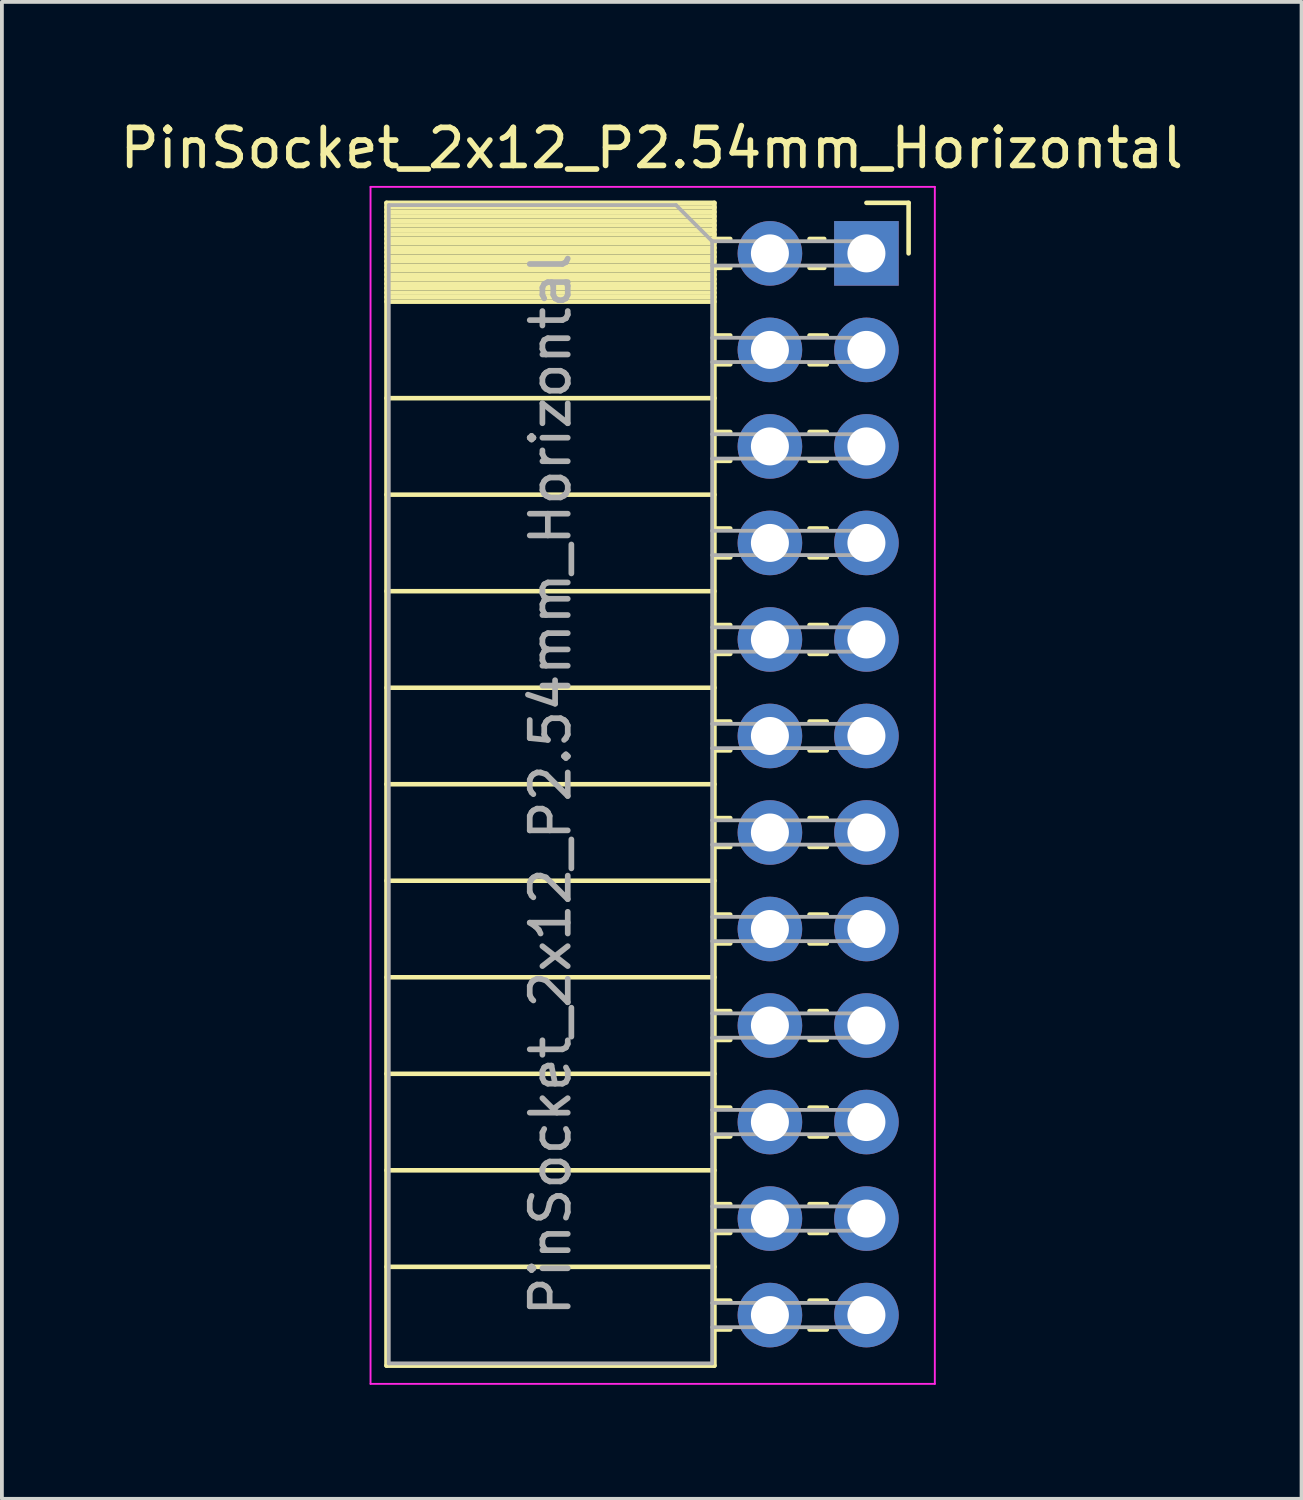
<source format=kicad_pcb>
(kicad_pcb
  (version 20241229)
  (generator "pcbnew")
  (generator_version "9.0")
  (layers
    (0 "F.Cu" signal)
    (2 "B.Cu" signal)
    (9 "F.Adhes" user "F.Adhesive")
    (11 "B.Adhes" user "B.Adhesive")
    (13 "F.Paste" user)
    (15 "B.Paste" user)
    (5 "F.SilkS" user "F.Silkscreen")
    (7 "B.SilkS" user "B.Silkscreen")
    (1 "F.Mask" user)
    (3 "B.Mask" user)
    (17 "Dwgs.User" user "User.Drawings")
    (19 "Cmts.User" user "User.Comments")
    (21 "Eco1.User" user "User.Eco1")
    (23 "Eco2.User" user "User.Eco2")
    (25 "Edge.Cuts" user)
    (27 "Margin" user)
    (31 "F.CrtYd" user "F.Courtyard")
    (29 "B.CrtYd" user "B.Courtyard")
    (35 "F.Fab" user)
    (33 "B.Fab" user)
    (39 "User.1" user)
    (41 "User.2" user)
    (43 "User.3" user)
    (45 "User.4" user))
  (footprint "PinSocket_2x12_P2.54mm_Horizontal"
    (layer "F.Cu")
    (at 19.751 3.618)
    (property "Reference" "PinSocket_2x12_P2.54mm_Horizontal" (at -5.65 -2.77 0) (layer "F.SilkS") (effects (font (size 1 1) (thickness 0.15))))
    (attr through_hole)
    (fp_line (start -12.63 -1.33) (end -12.63 29.27) (stroke (width 0.12) (type solid)) (layer "F.SilkS"))
    (fp_line (start -12.63 -1.33) (end -4 -1.33) (stroke (width 0.12) (type solid)) (layer "F.SilkS"))
    (fp_line (start -12.63 -1.21) (end -4 -1.21) (stroke (width 0.12) (type solid)) (layer "F.SilkS"))
    (fp_line (start -12.63 -1.092) (end -4 -1.092) (stroke (width 0.12) (type solid)) (layer "F.SilkS"))
    (fp_line (start -12.63 -0.974) (end -4 -0.974) (stroke (width 0.12) (type solid)) (layer "F.SilkS"))
    (fp_line (start -12.63 -0.856) (end -4 -0.856) (stroke (width 0.12) (type solid)) (layer "F.SilkS"))
    (fp_line (start -12.63 -0.738) (end -4 -0.738) (stroke (width 0.12) (type solid)) (layer "F.SilkS"))
    (fp_line (start -12.63 -0.62) (end -4 -0.62) (stroke (width 0.12) (type solid)) (layer "F.SilkS"))
    (fp_line (start -12.63 -0.501) (end -4 -0.501) (stroke (width 0.12) (type solid)) (layer "F.SilkS"))
    (fp_line (start -12.63 -0.383) (end -4 -0.383) (stroke (width 0.12) (type solid)) (layer "F.SilkS"))
    (fp_line (start -12.63 -0.265) (end -4 -0.265) (stroke (width 0.12) (type solid)) (layer "F.SilkS"))
    (fp_line (start -12.63 -0.147) (end -4 -0.147) (stroke (width 0.12) (type solid)) (layer "F.SilkS"))
    (fp_line (start -12.63 -0.029) (end -4 -0.029) (stroke (width 0.12) (type solid)) (layer "F.SilkS"))
    (fp_line (start -12.63 0.089) (end -4 0.089) (stroke (width 0.12) (type solid)) (layer "F.SilkS"))
    (fp_line (start -12.63 0.207) (end -4 0.207) (stroke (width 0.12) (type solid)) (layer "F.SilkS"))
    (fp_line (start -12.63 0.325) (end -4 0.325) (stroke (width 0.12) (type solid)) (layer "F.SilkS"))
    (fp_line (start -12.63 0.443) (end -4 0.443) (stroke (width 0.12) (type solid)) (layer "F.SilkS"))
    (fp_line (start -12.63 0.561) (end -4 0.561) (stroke (width 0.12) (type solid)) (layer "F.SilkS"))
    (fp_line (start -12.63 0.68) (end -4 0.68) (stroke (width 0.12) (type solid)) (layer "F.SilkS"))
    (fp_line (start -12.63 0.798) (end -4 0.798) (stroke (width 0.12) (type solid)) (layer "F.SilkS"))
    (fp_line (start -12.63 0.916) (end -4 0.916) (stroke (width 0.12) (type solid)) (layer "F.SilkS"))
    (fp_line (start -12.63 1.034) (end -4 1.034) (stroke (width 0.12) (type solid)) (layer "F.SilkS"))
    (fp_line (start -12.63 1.152) (end -4 1.152) (stroke (width 0.12) (type solid)) (layer "F.SilkS"))
    (fp_line (start -12.63 1.27) (end -4 1.27) (stroke (width 0.12) (type solid)) (layer "F.SilkS"))
    (fp_line (start -12.63 3.81) (end -4 3.81) (stroke (width 0.12) (type solid)) (layer "F.SilkS"))
    (fp_line (start -12.63 6.35) (end -4 6.35) (stroke (width 0.12) (type solid)) (layer "F.SilkS"))
    (fp_line (start -12.63 8.89) (end -4 8.89) (stroke (width 0.12) (type solid)) (layer "F.SilkS"))
    (fp_line (start -12.63 11.43) (end -4 11.43) (stroke (width 0.12) (type solid)) (layer "F.SilkS"))
    (fp_line (start -12.63 13.97) (end -4 13.97) (stroke (width 0.12) (type solid)) (layer "F.SilkS"))
    (fp_line (start -12.63 16.51) (end -4 16.51) (stroke (width 0.12) (type solid)) (layer "F.SilkS"))
    (fp_line (start -12.63 19.05) (end -4 19.05) (stroke (width 0.12) (type solid)) (layer "F.SilkS"))
    (fp_line (start -12.63 21.59) (end -4 21.59) (stroke (width 0.12) (type solid)) (layer "F.SilkS"))
    (fp_line (start -12.63 24.13) (end -4 24.13) (stroke (width 0.12) (type solid)) (layer "F.SilkS"))
    (fp_line (start -12.63 26.67) (end -4 26.67) (stroke (width 0.12) (type solid)) (layer "F.SilkS"))
    (fp_line (start -12.63 29.27) (end -4 29.27) (stroke (width 0.12) (type solid)) (layer "F.SilkS"))
    (fp_line (start -4 -1.33) (end -4 29.27) (stroke (width 0.12) (type solid)) (layer "F.SilkS"))
    (fp_line (start -4 -0.38) (end -3.583 -0.38) (stroke (width 0.12) (type solid)) (layer "F.SilkS"))
    (fp_line (start -4 0.38) (end -3.583 0.38) (stroke (width 0.12) (type solid)) (layer "F.SilkS"))
    (fp_line (start -4 2.16) (end -3.583 2.16) (stroke (width 0.12) (type solid)) (layer "F.SilkS"))
    (fp_line (start -4 2.92) (end -3.583 2.92) (stroke (width 0.12) (type solid)) (layer "F.SilkS"))
    (fp_line (start -4 4.7) (end -3.583 4.7) (stroke (width 0.12) (type solid)) (layer "F.SilkS"))
    (fp_line (start -4 5.46) (end -3.583 5.46) (stroke (width 0.12) (type solid)) (layer "F.SilkS"))
    (fp_line (start -4 7.24) (end -3.583 7.24) (stroke (width 0.12) (type solid)) (layer "F.SilkS"))
    (fp_line (start -4 8) (end -3.583 8) (stroke (width 0.12) (type solid)) (layer "F.SilkS"))
    (fp_line (start -4 9.78) (end -3.583 9.78) (stroke (width 0.12) (type solid)) (layer "F.SilkS"))
    (fp_line (start -4 10.54) (end -3.583 10.54) (stroke (width 0.12) (type solid)) (layer "F.SilkS"))
    (fp_line (start -4 12.32) (end -3.583 12.32) (stroke (width 0.12) (type solid)) (layer "F.SilkS"))
    (fp_line (start -4 13.08) (end -3.583 13.08) (stroke (width 0.12) (type solid)) (layer "F.SilkS"))
    (fp_line (start -4 14.86) (end -3.583 14.86) (stroke (width 0.12) (type solid)) (layer "F.SilkS"))
    (fp_line (start -4 15.62) (end -3.583 15.62) (stroke (width 0.12) (type solid)) (layer "F.SilkS"))
    (fp_line (start -4 17.4) (end -3.583 17.4) (stroke (width 0.12) (type solid)) (layer "F.SilkS"))
    (fp_line (start -4 18.16) (end -3.583 18.16) (stroke (width 0.12) (type solid)) (layer "F.SilkS"))
    (fp_line (start -4 19.94) (end -3.583 19.94) (stroke (width 0.12) (type solid)) (layer "F.SilkS"))
    (fp_line (start -4 20.7) (end -3.583 20.7) (stroke (width 0.12) (type solid)) (layer "F.SilkS"))
    (fp_line (start -4 22.48) (end -3.583 22.48) (stroke (width 0.12) (type solid)) (layer "F.SilkS"))
    (fp_line (start -4 23.24) (end -3.583 23.24) (stroke (width 0.12) (type solid)) (layer "F.SilkS"))
    (fp_line (start -4 25.02) (end -3.583 25.02) (stroke (width 0.12) (type solid)) (layer "F.SilkS"))
    (fp_line (start -4 25.78) (end -3.583 25.78) (stroke (width 0.12) (type solid)) (layer "F.SilkS"))
    (fp_line (start -4 27.56) (end -3.583 27.56) (stroke (width 0.12) (type solid)) (layer "F.SilkS"))
    (fp_line (start -4 28.32) (end -3.583 28.32) (stroke (width 0.12) (type solid)) (layer "F.SilkS"))
    (fp_line (start -1.497 -0.38) (end -1.11 -0.38) (stroke (width 0.12) (type solid)) (layer "F.SilkS"))
    (fp_line (start -1.497 0.38) (end -1.11 0.38) (stroke (width 0.12) (type solid)) (layer "F.SilkS"))
    (fp_line (start -1.497 2.16) (end -1.043 2.16) (stroke (width 0.12) (type solid)) (layer "F.SilkS"))
    (fp_line (start -1.497 2.92) (end -1.043 2.92) (stroke (width 0.12) (type solid)) (layer "F.SilkS"))
    (fp_line (start -1.497 4.7) (end -1.043 4.7) (stroke (width 0.12) (type solid)) (layer "F.SilkS"))
    (fp_line (start -1.497 5.46) (end -1.043 5.46) (stroke (width 0.12) (type solid)) (layer "F.SilkS"))
    (fp_line (start -1.497 7.24) (end -1.043 7.24) (stroke (width 0.12) (type solid)) (layer "F.SilkS"))
    (fp_line (start -1.497 8) (end -1.043 8) (stroke (width 0.12) (type solid)) (layer "F.SilkS"))
    (fp_line (start -1.497 9.78) (end -1.043 9.78) (stroke (width 0.12) (type solid)) (layer "F.SilkS"))
    (fp_line (start -1.497 10.54) (end -1.043 10.54) (stroke (width 0.12) (type solid)) (layer "F.SilkS"))
    (fp_line (start -1.497 12.32) (end -1.043 12.32) (stroke (width 0.12) (type solid)) (layer "F.SilkS"))
    (fp_line (start -1.497 13.08) (end -1.043 13.08) (stroke (width 0.12) (type solid)) (layer "F.SilkS"))
    (fp_line (start -1.497 14.86) (end -1.043 14.86) (stroke (width 0.12) (type solid)) (layer "F.SilkS"))
    (fp_line (start -1.497 15.62) (end -1.043 15.62) (stroke (width 0.12) (type solid)) (layer "F.SilkS"))
    (fp_line (start -1.497 17.4) (end -1.043 17.4) (stroke (width 0.12) (type solid)) (layer "F.SilkS"))
    (fp_line (start -1.497 18.16) (end -1.043 18.16) (stroke (width 0.12) (type solid)) (layer "F.SilkS"))
    (fp_line (start -1.497 19.94) (end -1.043 19.94) (stroke (width 0.12) (type solid)) (layer "F.SilkS"))
    (fp_line (start -1.497 20.7) (end -1.043 20.7) (stroke (width 0.12) (type solid)) (layer "F.SilkS"))
    (fp_line (start -1.497 22.48) (end -1.043 22.48) (stroke (width 0.12) (type solid)) (layer "F.SilkS"))
    (fp_line (start -1.497 23.24) (end -1.043 23.24) (stroke (width 0.12) (type solid)) (layer "F.SilkS"))
    (fp_line (start -1.497 25.02) (end -1.043 25.02) (stroke (width 0.12) (type solid)) (layer "F.SilkS"))
    (fp_line (start -1.497 25.78) (end -1.043 25.78) (stroke (width 0.12) (type solid)) (layer "F.SilkS"))
    (fp_line (start -1.497 27.56) (end -1.043 27.56) (stroke (width 0.12) (type solid)) (layer "F.SilkS"))
    (fp_line (start -1.497 28.32) (end -1.043 28.32) (stroke (width 0.12) (type solid)) (layer "F.SilkS"))
    (fp_line (start 0 -1.33) (end 1.11 -1.33) (stroke (width 0.12) (type solid)) (layer "F.SilkS"))
    (fp_line (start 1.11 -1.33) (end 1.11 0) (stroke (width 0.12) (type solid)) (layer "F.SilkS"))
    (fp_line (start -13.05 -1.75) (end -13.05 29.75) (stroke (width 0.05) (type solid)) (layer "F.CrtYd"))
    (fp_line (start -13.05 29.75) (end 1.8 29.75) (stroke (width 0.05) (type solid)) (layer "F.CrtYd"))
    (fp_line (start 1.8 -1.75) (end -13.05 -1.75) (stroke (width 0.05) (type solid)) (layer "F.CrtYd"))
    (fp_line (start 1.8 29.75) (end 1.8 -1.75) (stroke (width 0.05) (type solid)) (layer "F.CrtYd"))
    (fp_line (start -12.57 -1.27) (end -5.01 -1.27) (stroke (width 0.1) (type solid)) (layer "F.Fab"))
    (fp_line (start -12.57 29.21) (end -12.57 -1.27) (stroke (width 0.1) (type solid)) (layer "F.Fab"))
    (fp_line (start -5.01 -1.27) (end -4.06 -0.32) (stroke (width 0.1) (type solid)) (layer "F.Fab"))
    (fp_line (start -4.06 -0.32) (end -4.06 29.21) (stroke (width 0.1) (type solid)) (layer "F.Fab"))
    (fp_line (start -4.06 0.32) (end 0 0.32) (stroke (width 0.1) (type solid)) (layer "F.Fab"))
    (fp_line (start -4.06 2.86) (end 0 2.86) (stroke (width 0.1) (type solid)) (layer "F.Fab"))
    (fp_line (start -4.06 5.4) (end 0 5.4) (stroke (width 0.1) (type solid)) (layer "F.Fab"))
    (fp_line (start -4.06 7.94) (end 0 7.94) (stroke (width 0.1) (type solid)) (layer "F.Fab"))
    (fp_line (start -4.06 10.48) (end 0 10.48) (stroke (width 0.1) (type solid)) (layer "F.Fab"))
    (fp_line (start -4.06 13.02) (end 0 13.02) (stroke (width 0.1) (type solid)) (layer "F.Fab"))
    (fp_line (start -4.06 15.56) (end 0 15.56) (stroke (width 0.1) (type solid)) (layer "F.Fab"))
    (fp_line (start -4.06 18.1) (end 0 18.1) (stroke (width 0.1) (type solid)) (layer "F.Fab"))
    (fp_line (start -4.06 20.64) (end 0 20.64) (stroke (width 0.1) (type solid)) (layer "F.Fab"))
    (fp_line (start -4.06 23.18) (end 0 23.18) (stroke (width 0.1) (type solid)) (layer "F.Fab"))
    (fp_line (start -4.06 25.72) (end 0 25.72) (stroke (width 0.1) (type solid)) (layer "F.Fab"))
    (fp_line (start -4.06 28.26) (end 0 28.26) (stroke (width 0.1) (type solid)) (layer "F.Fab"))
    (fp_line (start -4.06 29.21) (end -12.57 29.21) (stroke (width 0.1) (type solid)) (layer "F.Fab"))
    (fp_line (start 0 -0.32) (end -4.06 -0.32) (stroke (width 0.1) (type solid)) (layer "F.Fab"))
    (fp_line (start 0 0.32) (end 0 -0.32) (stroke (width 0.1) (type solid)) (layer "F.Fab"))
    (fp_line (start 0 2.22) (end -4.06 2.22) (stroke (width 0.1) (type solid)) (layer "F.Fab"))
    (fp_line (start 0 2.86) (end 0 2.22) (stroke (width 0.1) (type solid)) (layer "F.Fab"))
    (fp_line (start 0 4.76) (end -4.06 4.76) (stroke (width 0.1) (type solid)) (layer "F.Fab"))
    (fp_line (start 0 5.4) (end 0 4.76) (stroke (width 0.1) (type solid)) (layer "F.Fab"))
    (fp_line (start 0 7.3) (end -4.06 7.3) (stroke (width 0.1) (type solid)) (layer "F.Fab"))
    (fp_line (start 0 7.94) (end 0 7.3) (stroke (width 0.1) (type solid)) (layer "F.Fab"))
    (fp_line (start 0 9.84) (end -4.06 9.84) (stroke (width 0.1) (type solid)) (layer "F.Fab"))
    (fp_line (start 0 10.48) (end 0 9.84) (stroke (width 0.1) (type solid)) (layer "F.Fab"))
    (fp_line (start 0 12.38) (end -4.06 12.38) (stroke (width 0.1) (type solid)) (layer "F.Fab"))
    (fp_line (start 0 13.02) (end 0 12.38) (stroke (width 0.1) (type solid)) (layer "F.Fab"))
    (fp_line (start 0 14.92) (end -4.06 14.92) (stroke (width 0.1) (type solid)) (layer "F.Fab"))
    (fp_line (start 0 15.56) (end 0 14.92) (stroke (width 0.1) (type solid)) (layer "F.Fab"))
    (fp_line (start 0 17.46) (end -4.06 17.46) (stroke (width 0.1) (type solid)) (layer "F.Fab"))
    (fp_line (start 0 18.1) (end 0 17.46) (stroke (width 0.1) (type solid)) (layer "F.Fab"))
    (fp_line (start 0 20) (end -4.06 20) (stroke (width 0.1) (type solid)) (layer "F.Fab"))
    (fp_line (start 0 20.64) (end 0 20) (stroke (width 0.1) (type solid)) (layer "F.Fab"))
    (fp_line (start 0 22.54) (end -4.06 22.54) (stroke (width 0.1) (type solid)) (layer "F.Fab"))
    (fp_line (start 0 23.18) (end 0 22.54) (stroke (width 0.1) (type solid)) (layer "F.Fab"))
    (fp_line (start 0 25.08) (end -4.06 25.08) (stroke (width 0.1) (type solid)) (layer "F.Fab"))
    (fp_line (start 0 25.72) (end 0 25.08) (stroke (width 0.1) (type solid)) (layer "F.Fab"))
    (fp_line (start 0 27.62) (end -4.06 27.62) (stroke (width 0.1) (type solid)) (layer "F.Fab"))
    (fp_line (start 0 28.26) (end 0 27.62) (stroke (width 0.1) (type solid)) (layer "F.Fab"))
    (fp_text user "${REFERENCE}" (at -8.315 13.97 90) (layer "F.Fab") (effects (font (size 1 1) (thickness 0.15))))
    (pad "1" thru_hole rect (at 0 0) (size 1.7 1.7) (drill 1) (layers "*.Cu" "*.Mask"))
    (pad "2" thru_hole oval (at -2.54 0) (size 1.7 1.7) (drill 1) (layers "*.Cu" "*.Mask"))
    (pad "3" thru_hole oval (at 0 2.54) (size 1.7 1.7) (drill 1) (layers "*.Cu" "*.Mask"))
    (pad "4" thru_hole oval (at -2.54 2.54) (size 1.7 1.7) (drill 1) (layers "*.Cu" "*.Mask"))
    (pad "5" thru_hole oval (at 0 5.08) (size 1.7 1.7) (drill 1) (layers "*.Cu" "*.Mask"))
    (pad "6" thru_hole oval (at -2.54 5.08) (size 1.7 1.7) (drill 1) (layers "*.Cu" "*.Mask"))
    (pad "7" thru_hole oval (at 0 7.62) (size 1.7 1.7) (drill 1) (layers "*.Cu" "*.Mask"))
    (pad "8" thru_hole oval (at -2.54 7.62) (size 1.7 1.7) (drill 1) (layers "*.Cu" "*.Mask"))
    (pad "9" thru_hole oval (at 0 10.16) (size 1.7 1.7) (drill 1) (layers "*.Cu" "*.Mask"))
    (pad "10" thru_hole oval (at -2.54 10.16) (size 1.7 1.7) (drill 1) (layers "*.Cu" "*.Mask"))
    (pad "11" thru_hole oval (at 0 12.7) (size 1.7 1.7) (drill 1) (layers "*.Cu" "*.Mask"))
    (pad "12" thru_hole oval (at -2.54 12.7) (size 1.7 1.7) (drill 1) (layers "*.Cu" "*.Mask"))
    (pad "13" thru_hole oval (at 0 15.24) (size 1.7 1.7) (drill 1) (layers "*.Cu" "*.Mask"))
    (pad "14" thru_hole oval (at -2.54 15.24) (size 1.7 1.7) (drill 1) (layers "*.Cu" "*.Mask"))
    (pad "15" thru_hole oval (at 0 17.78) (size 1.7 1.7) (drill 1) (layers "*.Cu" "*.Mask"))
    (pad "16" thru_hole oval (at -2.54 17.78) (size 1.7 1.7) (drill 1) (layers "*.Cu" "*.Mask"))
    (pad "17" thru_hole oval (at 0 20.32) (size 1.7 1.7) (drill 1) (layers "*.Cu" "*.Mask"))
    (pad "18" thru_hole oval (at -2.54 20.32) (size 1.7 1.7) (drill 1) (layers "*.Cu" "*.Mask"))
    (pad "19" thru_hole oval (at 0 22.86) (size 1.7 1.7) (drill 1) (layers "*.Cu" "*.Mask"))
    (pad "20" thru_hole oval (at -2.54 22.86) (size 1.7 1.7) (drill 1) (layers "*.Cu" "*.Mask"))
    (pad "21" thru_hole oval (at 0 25.4) (size 1.7 1.7) (drill 1) (layers "*.Cu" "*.Mask"))
    (pad "22" thru_hole oval (at -2.54 25.4) (size 1.7 1.7) (drill 1) (layers "*.Cu" "*.Mask"))
    (pad "23" thru_hole oval (at 0 27.94) (size 1.7 1.7) (drill 1) (layers "*.Cu" "*.Mask"))
    (pad "24" thru_hole oval (at -2.54 27.94) (size 1.7 1.7) (drill 1) (layers "*.Cu" "*.Mask")))
  (gr_rect
    (start -3 -3)
    (end 31.202 36.393)
    (stroke (width 0.1) (type default))
    (fill no)
    (layer "Edge.Cuts")))
</source>
